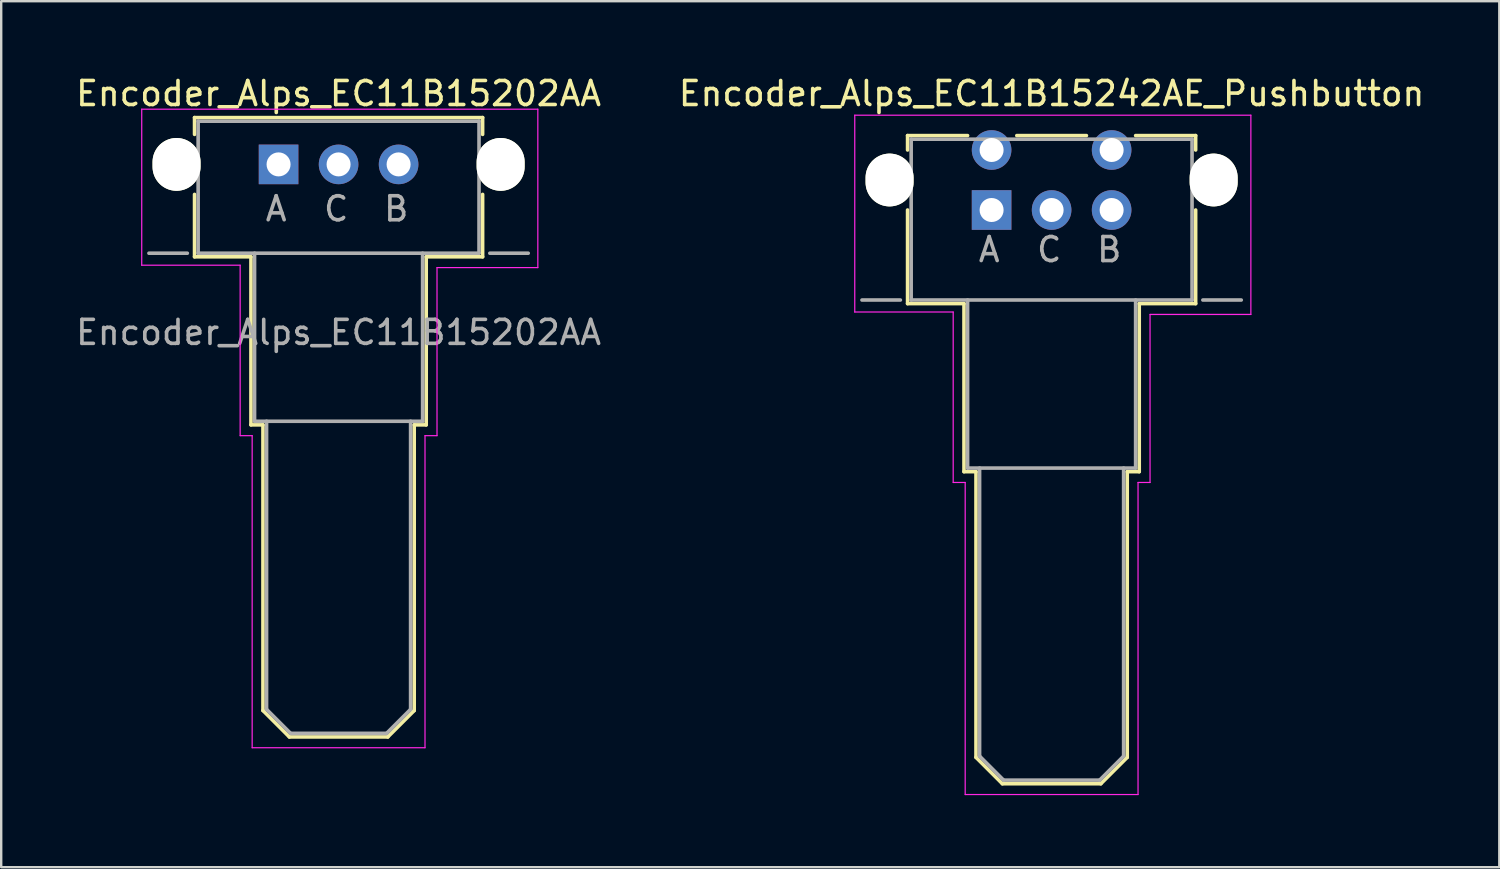
<source format=kicad_pcb>
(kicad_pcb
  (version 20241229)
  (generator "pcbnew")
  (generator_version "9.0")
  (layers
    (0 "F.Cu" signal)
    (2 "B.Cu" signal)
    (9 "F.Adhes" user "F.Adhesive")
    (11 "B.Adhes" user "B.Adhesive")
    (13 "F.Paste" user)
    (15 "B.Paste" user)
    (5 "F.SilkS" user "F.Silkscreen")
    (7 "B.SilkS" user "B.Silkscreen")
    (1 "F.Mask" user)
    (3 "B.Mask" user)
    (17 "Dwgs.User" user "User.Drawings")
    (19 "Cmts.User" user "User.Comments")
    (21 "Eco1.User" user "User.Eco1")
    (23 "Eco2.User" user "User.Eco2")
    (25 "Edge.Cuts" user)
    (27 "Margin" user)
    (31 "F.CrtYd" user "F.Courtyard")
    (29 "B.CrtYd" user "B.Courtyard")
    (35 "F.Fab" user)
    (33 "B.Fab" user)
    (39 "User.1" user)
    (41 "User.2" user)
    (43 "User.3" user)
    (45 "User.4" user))
  (footprint "Encoder_Alps_EC11B15202AA"
    (layer "F.Cu")
    (at 8.554 3.798)
    (property "Reference" "Encoder_Alps_EC11B15202AA" (at 2.5 -2.95 0) (layer "F.SilkS") (effects (font (size 1 1) (thickness 0.15))))
    (attr through_hole)
    (fp_line (start -3.5 -1.95) (end -3.5 -1.25) (stroke (width 0.15) (type solid)) (layer "F.SilkS"))
    (fp_line (start -3.5 1.25) (end -3.5 3.85) (stroke (width 0.15) (type solid)) (layer "F.SilkS"))
    (fp_line (start -3.5 3.85) (end -1.15 3.85) (stroke (width 0.15) (type solid)) (layer "F.SilkS"))
    (fp_line (start -1.15 10.85) (end -1.15 3.85) (stroke (width 0.15) (type solid)) (layer "F.SilkS"))
    (fp_line (start -0.65 10.85) (end -1.15 10.85) (stroke (width 0.15) (type solid)) (layer "F.SilkS"))
    (fp_line (start -0.65 22.75) (end -0.65 10.85) (stroke (width 0.15) (type solid)) (layer "F.SilkS"))
    (fp_line (start 0.45 23.85) (end -0.65 22.75) (stroke (width 0.15) (type solid)) (layer "F.SilkS"))
    (fp_line (start 4.55 23.85) (end 0.45 23.85) (stroke (width 0.15) (type solid)) (layer "F.SilkS"))
    (fp_line (start 5.65 10.85) (end 5.65 22.75) (stroke (width 0.15) (type solid)) (layer "F.SilkS"))
    (fp_line (start 5.65 22.75) (end 4.55 23.85) (stroke (width 0.15) (type solid)) (layer "F.SilkS"))
    (fp_line (start 6.15 3.85) (end 6.15 10.85) (stroke (width 0.15) (type solid)) (layer "F.SilkS"))
    (fp_line (start 6.15 10.85) (end 5.65 10.85) (stroke (width 0.15) (type solid)) (layer "F.SilkS"))
    (fp_line (start 8.5 -1.95) (end -3.5 -1.95) (stroke (width 0.15) (type solid)) (layer "F.SilkS"))
    (fp_line (start 8.5 -1.25) (end 8.5 -1.95) (stroke (width 0.15) (type solid)) (layer "F.SilkS"))
    (fp_line (start 8.5 1.25) (end 8.5 3.85) (stroke (width 0.15) (type solid)) (layer "F.SilkS"))
    (fp_line (start 8.5 3.85) (end 6.15 3.85) (stroke (width 0.15) (type solid)) (layer "F.SilkS"))
    (fp_line (start -5.7 -2.3) (end -5.7 4.2) (stroke (width 0.05) (type solid)) (layer "F.CrtYd"))
    (fp_line (start -5.7 4.2) (end -1.6 4.2) (stroke (width 0.05) (type solid)) (layer "F.CrtYd"))
    (fp_line (start -1.6 4.2) (end -1.6 11.3) (stroke (width 0.05) (type solid)) (layer "F.CrtYd"))
    (fp_line (start -1.6 11.3) (end -1.1 11.3) (stroke (width 0.05) (type solid)) (layer "F.CrtYd"))
    (fp_line (start -1.1 11.3) (end -1.1 24.3) (stroke (width 0.05) (type solid)) (layer "F.CrtYd"))
    (fp_line (start -1.1 24.3) (end 6.1 24.3) (stroke (width 0.05) (type solid)) (layer "F.CrtYd"))
    (fp_line (start 6.1 11.3) (end 6.6 11.3) (stroke (width 0.05) (type solid)) (layer "F.CrtYd"))
    (fp_line (start 6.1 24.3) (end 6.1 11.3) (stroke (width 0.05) (type solid)) (layer "F.CrtYd"))
    (fp_line (start 6.6 4.3) (end 10.8 4.3) (stroke (width 0.05) (type solid)) (layer "F.CrtYd"))
    (fp_line (start 6.6 11.3) (end 6.6 4.3) (stroke (width 0.05) (type solid)) (layer "F.CrtYd"))
    (fp_line (start 10.8 -2.3) (end -5.7 -2.3) (stroke (width 0.05) (type solid)) (layer "F.CrtYd"))
    (fp_line (start 10.8 4.3) (end 10.8 -2.3) (stroke (width 0.05) (type solid)) (layer "F.CrtYd"))
    (fp_line (start -3.8 3.7) (end -5.4 3.7) (stroke (width 0.15) (type solid)) (layer "F.Fab"))
    (fp_line (start -3.35 -1.8) (end 8.35 -1.8) (stroke (width 0.15) (type solid)) (layer "F.Fab"))
    (fp_line (start -3.35 3.7) (end -3.35 -1.8) (stroke (width 0.15) (type solid)) (layer "F.Fab"))
    (fp_line (start -1 10.7) (end -1 3.7) (stroke (width 0.15) (type solid)) (layer "F.Fab"))
    (fp_line (start -0.5 22.7) (end -0.5 10.7) (stroke (width 0.15) (type solid)) (layer "F.Fab"))
    (fp_line (start 0.5 23.7) (end -0.5 22.7) (stroke (width 0.15) (type solid)) (layer "F.Fab"))
    (fp_line (start 4.5 23.7) (end 0.5 23.7) (stroke (width 0.15) (type solid)) (layer "F.Fab"))
    (fp_line (start 5.5 10.7) (end 5.5 22.7) (stroke (width 0.15) (type solid)) (layer "F.Fab"))
    (fp_line (start 5.5 22.7) (end 4.5 23.7) (stroke (width 0.15) (type solid)) (layer "F.Fab"))
    (fp_line (start 6 3.7) (end 6 10.7) (stroke (width 0.15) (type solid)) (layer "F.Fab"))
    (fp_line (start 6 10.7) (end -1 10.7) (stroke (width 0.15) (type solid)) (layer "F.Fab"))
    (fp_line (start 8.35 -1.8) (end 8.35 3.7) (stroke (width 0.15) (type solid)) (layer "F.Fab"))
    (fp_line (start 8.35 3.7) (end -3.35 3.7) (stroke (width 0.15) (type solid)) (layer "F.Fab"))
    (fp_line (start 10.4 3.7) (end 8.8 3.7) (stroke (width 0.15) (type solid)) (layer "F.Fab"))
    (fp_text user "B" (at 4.9 1.85 0) (layer "F.Fab") (effects (font (size 1 1) (thickness 0.15))))
    (fp_text user "C" (at 2.4 1.85 0) (layer "F.Fab") (effects (font (size 1 1) (thickness 0.15))))
    (fp_text user "A" (at -0.1 1.85 0) (layer "F.Fab") (effects (font (size 1 1) (thickness 0.15))))
    (fp_text user "${REFERENCE}" (at 2.5 7 0) (layer "F.Fab") (effects (font (size 1 1) (thickness 0.15))))
    (pad "" np_thru_hole oval (at -4.25 0) (size 2 2.2) (drill oval 2 2.2) (layers "*.Cu" "*.Mask" "F.SilkS"))
    (pad "" np_thru_hole oval (at 9.25 0) (size 2 2.2) (drill oval 2 2.2) (layers "*.Cu" "*.Mask" "F.SilkS"))
    (pad "1" thru_hole rect (at 0 0) (size 1.65 1.65) (drill 1) (layers "*.Cu" "*.Mask"))
    (pad "2" thru_hole circle (at 2.5 0) (size 1.65 1.65) (drill 1) (layers "*.Cu" "*.Mask"))
    (pad "3" thru_hole circle (at 5 0) (size 1.65 1.65) (drill 1) (layers "*.Cu" "*.Mask")))
  (footprint "Encoder_Alps_EC11B15242AE_Pushbutton"
    (layer "F.Cu")
    (at 40.756 4.448)
    (property "Reference" "Encoder_Alps_EC11B15242AE_Pushbutton" (at 0 -3.6 0) (layer "F.SilkS") (effects (font (size 1 1) (thickness 0.15))))
    (attr through_hole)
    (fp_line (start -6 -1.85) (end -6 -1.25) (stroke (width 0.15) (type solid)) (layer "F.SilkS"))
    (fp_line (start -6 1.25) (end -6 5.15) (stroke (width 0.15) (type solid)) (layer "F.SilkS"))
    (fp_line (start -6 5.15) (end -3.65 5.15) (stroke (width 0.15) (type solid)) (layer "F.SilkS"))
    (fp_line (start -3.65 12.15) (end -3.65 5.15) (stroke (width 0.15) (type solid)) (layer "F.SilkS"))
    (fp_line (start -3.5 -1.85) (end -6 -1.85) (stroke (width 0.15) (type solid)) (layer "F.SilkS"))
    (fp_line (start -3.15 12.15) (end -3.65 12.15) (stroke (width 0.15) (type solid)) (layer "F.SilkS"))
    (fp_line (start -3.15 24.05) (end -3.15 12.15) (stroke (width 0.15) (type solid)) (layer "F.SilkS"))
    (fp_line (start -2.05 25.15) (end -3.15 24.05) (stroke (width 0.15) (type solid)) (layer "F.SilkS"))
    (fp_line (start 1.45 -1.85) (end -1.45 -1.85) (stroke (width 0.15) (type solid)) (layer "F.SilkS"))
    (fp_line (start 2.05 25.15) (end -2.05 25.15) (stroke (width 0.15) (type solid)) (layer "F.SilkS"))
    (fp_line (start 3.15 12.15) (end 3.15 24.05) (stroke (width 0.15) (type solid)) (layer "F.SilkS"))
    (fp_line (start 3.15 24.05) (end 2.05 25.15) (stroke (width 0.15) (type solid)) (layer "F.SilkS"))
    (fp_line (start 3.65 5.15) (end 3.65 12.15) (stroke (width 0.15) (type solid)) (layer "F.SilkS"))
    (fp_line (start 3.65 12.15) (end 3.15 12.15) (stroke (width 0.15) (type solid)) (layer "F.SilkS"))
    (fp_line (start 6 -1.85) (end 3.5 -1.85) (stroke (width 0.15) (type solid)) (layer "F.SilkS"))
    (fp_line (start 6 -1.25) (end 6 -1.85) (stroke (width 0.15) (type solid)) (layer "F.SilkS"))
    (fp_line (start 6 1.25) (end 6 5.15) (stroke (width 0.15) (type solid)) (layer "F.SilkS"))
    (fp_line (start 6 5.15) (end 3.65 5.15) (stroke (width 0.15) (type solid)) (layer "F.SilkS"))
    (fp_line (start -8.2 -2.7) (end -8.2 5.5) (stroke (width 0.05) (type solid)) (layer "F.CrtYd"))
    (fp_line (start -8.2 5.5) (end -4.1 5.5) (stroke (width 0.05) (type solid)) (layer "F.CrtYd"))
    (fp_line (start -4.1 5.5) (end -4.1 12.6) (stroke (width 0.05) (type solid)) (layer "F.CrtYd"))
    (fp_line (start -4.1 12.6) (end -3.6 12.6) (stroke (width 0.05) (type solid)) (layer "F.CrtYd"))
    (fp_line (start -3.6 12.6) (end -3.6 25.6) (stroke (width 0.05) (type solid)) (layer "F.CrtYd"))
    (fp_line (start -3.6 25.6) (end 3.6 25.6) (stroke (width 0.05) (type solid)) (layer "F.CrtYd"))
    (fp_line (start 3.6 12.6) (end 4.1 12.6) (stroke (width 0.05) (type solid)) (layer "F.CrtYd"))
    (fp_line (start 3.6 25.6) (end 3.6 12.6) (stroke (width 0.05) (type solid)) (layer "F.CrtYd"))
    (fp_line (start 4.1 5.6) (end 8.3 5.6) (stroke (width 0.05) (type solid)) (layer "F.CrtYd"))
    (fp_line (start 4.1 12.6) (end 4.1 5.6) (stroke (width 0.05) (type solid)) (layer "F.CrtYd"))
    (fp_line (start 8.3 -2.7) (end -8.2 -2.7) (stroke (width 0.05) (type solid)) (layer "F.CrtYd"))
    (fp_line (start 8.3 5.6) (end 8.3 -2.7) (stroke (width 0.05) (type solid)) (layer "F.CrtYd"))
    (fp_line (start -6.3 5) (end -7.9 5) (stroke (width 0.15) (type solid)) (layer "F.Fab"))
    (fp_line (start -5.85 -1.7) (end 5.85 -1.7) (stroke (width 0.15) (type solid)) (layer "F.Fab"))
    (fp_line (start -5.85 5) (end -5.85 -1.7) (stroke (width 0.15) (type solid)) (layer "F.Fab"))
    (fp_line (start -3.5 12) (end -3.5 5) (stroke (width 0.15) (type solid)) (layer "F.Fab"))
    (fp_line (start -3 24) (end -3 12) (stroke (width 0.15) (type solid)) (layer "F.Fab"))
    (fp_line (start -2 25) (end -3 24) (stroke (width 0.15) (type solid)) (layer "F.Fab"))
    (fp_line (start 2 25) (end -2 25) (stroke (width 0.15) (type solid)) (layer "F.Fab"))
    (fp_line (start 3 12) (end 3 24) (stroke (width 0.15) (type solid)) (layer "F.Fab"))
    (fp_line (start 3 24) (end 2 25) (stroke (width 0.15) (type solid)) (layer "F.Fab"))
    (fp_line (start 3.5 5) (end 3.5 12) (stroke (width 0.15) (type solid)) (layer "F.Fab"))
    (fp_line (start 3.5 12) (end -3.5 12) (stroke (width 0.15) (type solid)) (layer "F.Fab"))
    (fp_line (start 5.85 -1.7) (end 5.85 5) (stroke (width 0.15) (type solid)) (layer "F.Fab"))
    (fp_line (start 5.85 5) (end -5.85 5) (stroke (width 0.15) (type solid)) (layer "F.Fab"))
    (fp_line (start 7.9 5) (end 6.3 5) (stroke (width 0.15) (type solid)) (layer "F.Fab"))
    (fp_text user "C" (at -0.1 2.9 0) (layer "F.Fab") (effects (font (size 1 1) (thickness 0.15))))
    (fp_text user "B" (at 2.4 2.9 0) (layer "F.Fab") (effects (font (size 1 1) (thickness 0.15))))
    (fp_text user "A" (at -2.6 2.9 0) (layer "F.Fab") (effects (font (size 1 1) (thickness 0.15))))
    (pad "" np_thru_hole oval (at -6.75 0) (size 2 2.2) (drill oval 2 2.2) (layers "*.Cu" "*.Mask" "F.SilkS"))
    (pad "" np_thru_hole oval (at 6.75 0) (size 2 2.2) (drill oval 2 2.2) (layers "*.Cu" "*.Mask" "F.SilkS"))
    (pad "1" thru_hole rect (at -2.5 1.25) (size 1.65 1.65) (drill 1) (layers "*.Cu" "*.Mask"))
    (pad "2" thru_hole circle (at 0 1.25) (size 1.65 1.65) (drill 1) (layers "*.Cu" "*.Mask"))
    (pad "3" thru_hole circle (at 2.5 1.25) (size 1.65 1.65) (drill 1) (layers "*.Cu" "*.Mask"))
    (pad "4" thru_hole oval (at 2.5 -1.25) (size 1.65 1.65) (drill 1) (layers "*.Cu" "*.Mask"))
    (pad "5" thru_hole oval (at -2.5 -1.25) (size 1.65 1.65) (drill 1) (layers "*.Cu" "*.Mask")))
  (gr_rect
    (start -3 -3)
    (end 59.405 33.073)
    (stroke (width 0.1) (type default))
    (fill no)
    (layer "Edge.Cuts")))
</source>
